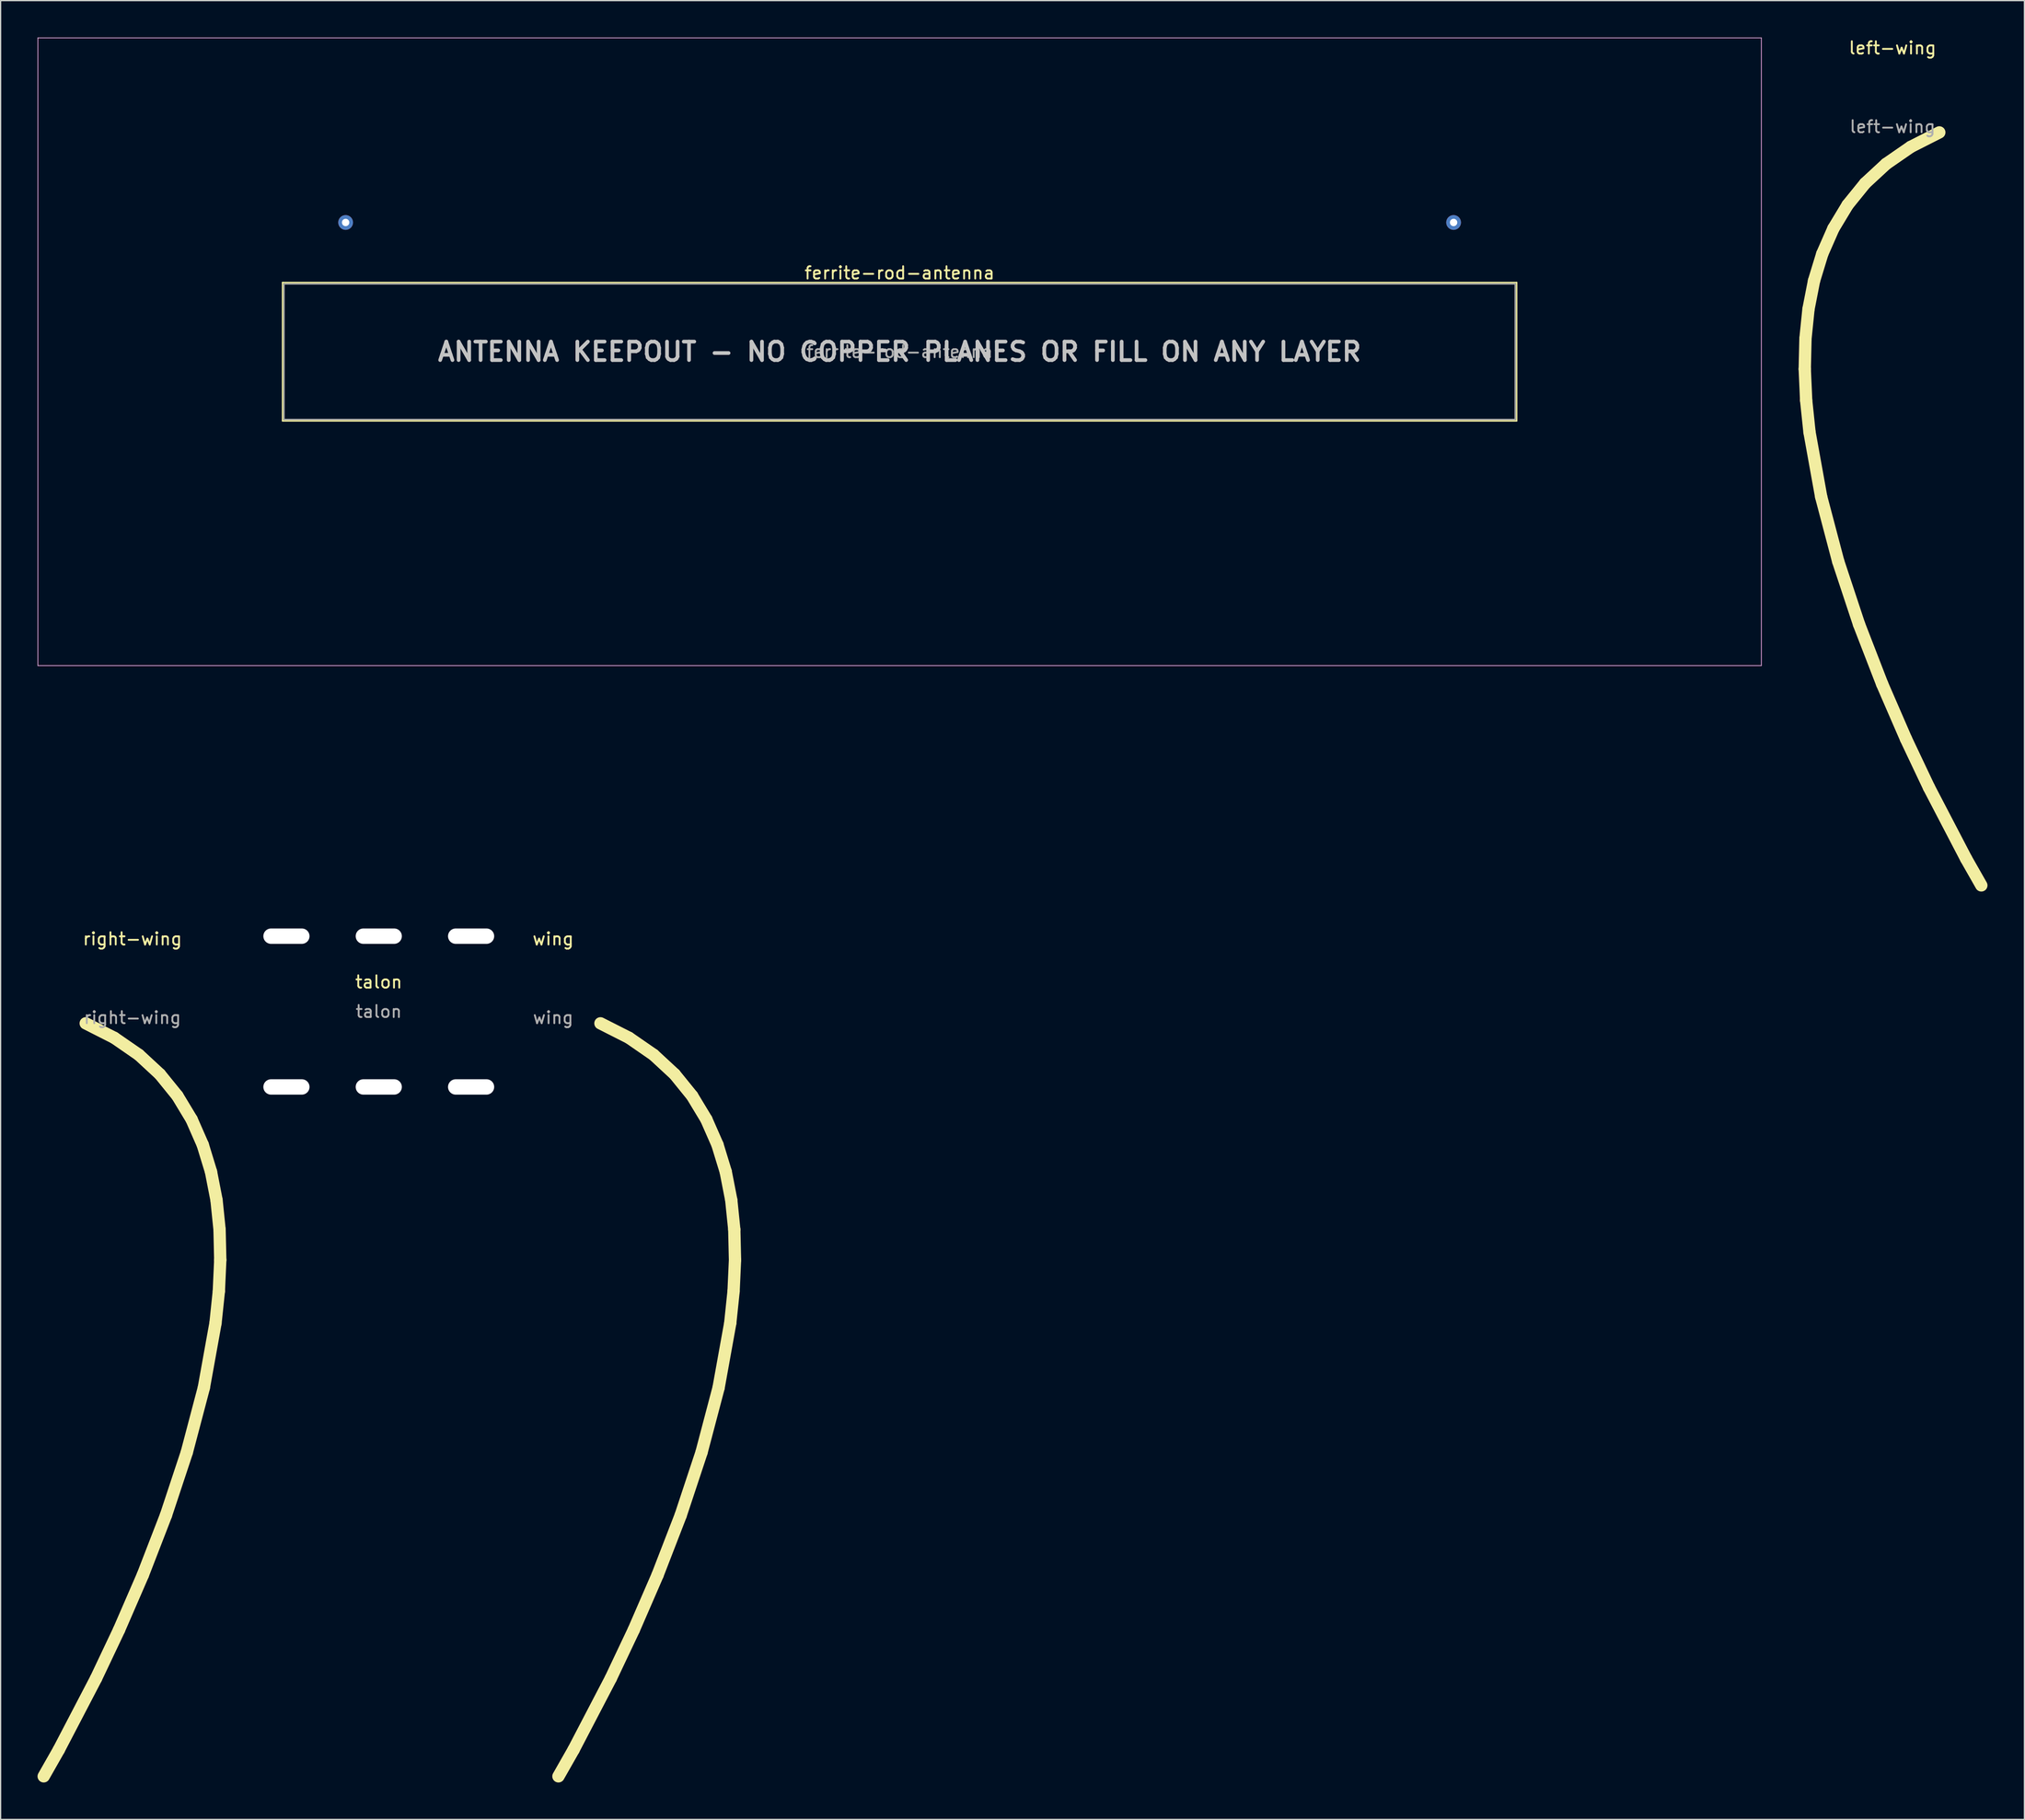
<source format=kicad_pcb>
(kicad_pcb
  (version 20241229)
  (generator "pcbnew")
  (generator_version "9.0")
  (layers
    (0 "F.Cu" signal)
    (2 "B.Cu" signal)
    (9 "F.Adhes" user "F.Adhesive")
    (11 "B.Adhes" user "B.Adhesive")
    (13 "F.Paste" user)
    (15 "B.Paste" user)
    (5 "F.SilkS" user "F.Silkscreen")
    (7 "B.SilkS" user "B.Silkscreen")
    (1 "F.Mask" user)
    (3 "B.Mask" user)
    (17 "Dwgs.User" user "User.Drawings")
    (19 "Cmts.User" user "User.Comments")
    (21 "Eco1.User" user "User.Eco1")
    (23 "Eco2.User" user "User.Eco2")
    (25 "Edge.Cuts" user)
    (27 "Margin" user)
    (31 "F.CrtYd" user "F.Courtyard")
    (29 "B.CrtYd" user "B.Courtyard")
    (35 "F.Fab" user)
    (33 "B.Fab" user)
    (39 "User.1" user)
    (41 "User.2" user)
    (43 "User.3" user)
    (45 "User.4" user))
  (footprint "talon"
    (layer "F.Cu")
    (at 27.717 79.134)
    (property "Reference" "talon" (at 0 -2.4 0) (layer "F.SilkS") (effects (font (size 1 1) (thickness 0.15))))
    (attr through_hole board_only exclude_from_pos_files exclude_from_bom allow_missing_courtyard)
    (fp_text user "${REFERENCE}" (at 0 0 0) (layer "F.Fab") (effects (font (size 0.98 0.98) (thickness 0.15))))
    (pad "" np_thru_hole oval (at -7.5 -6.125) (size 3.75 1.25) (drill oval 3.75 1.25) (layers "*.Cu" "*.Mask"))
    (pad "" np_thru_hole oval (at -7.5 6.125) (size 3.75 1.25) (drill oval 3.75 1.25) (layers "*.Cu" "*.Mask"))
    (pad "" np_thru_hole oval (at 0 -6.125) (size 3.75 1.25) (drill oval 3.75 1.25) (layers "*.Cu" "*.Mask"))
    (pad "" np_thru_hole oval (at 0 6.125) (size 3.75 1.25) (drill oval 3.75 1.25) (layers "*.Cu" "*.Mask"))
    (pad "" np_thru_hole oval (at 7.5 -6.125) (size 3.75 1.25) (drill oval 3.75 1.25) (layers "*.Cu" "*.Mask"))
    (pad "" np_thru_hole oval (at 7.5 6.125) (size 3.75 1.25) (drill oval 3.75 1.25) (layers "*.Cu" "*.Mask")))
  (footprint "ferrite-rod-antenna"
    (layer "F.Cu")
    (at 70.025 25.525)
    (property "Reference" "ferrite-rod-antenna" (at 0 -6.4 0) (layer "F.SilkS") (effects (font (size 1 1) (thickness 0.15))))
    (attr smd)
    (fp_line (start -50.12 5.62) (end -50.12 -5.62) (stroke (width 0.12) (type solid)) (layer "F.SilkS"))
    (fp_line (start 50.12 -5.62) (end -50.12 -5.62) (stroke (width 0.12) (type solid)) (layer "F.SilkS"))
    (fp_line (start 50.12 5.62) (end -50.12 5.62) (stroke (width 0.12) (type solid)) (layer "F.SilkS"))
    (fp_line (start 50.12 5.62) (end 50.12 -5.62) (stroke (width 0.12) (type solid)) (layer "F.SilkS"))
    (fp_line (start -70 -25.5) (end -70 25.5) (stroke (width 0.05) (type solid)) (layer "Dwgs.User"))
    (fp_line (start -70 25.5) (end 70 25.5) (stroke (width 0.05) (type solid)) (layer "Dwgs.User"))
    (fp_line (start 70 -25.5) (end -70 -25.5) (stroke (width 0.05) (type solid)) (layer "Dwgs.User"))
    (fp_line (start 70 25.5) (end 70 -25.5) (stroke (width 0.05) (type solid)) (layer "Dwgs.User"))
    (fp_line (start -70 -25.5) (end -70 25.5) (stroke (width 0.05) (type solid)) (layer "F.CrtYd"))
    (fp_line (start -70 25.5) (end 70 25.5) (stroke (width 0.05) (type solid)) (layer "F.CrtYd"))
    (fp_line (start 70 -25.5) (end -70 -25.5) (stroke (width 0.05) (type solid)) (layer "F.CrtYd"))
    (fp_line (start 70 25.5) (end 70 -25.5) (stroke (width 0.05) (type solid)) (layer "F.CrtYd"))
    (fp_line (start -50 -5.5) (end 50 -5.5) (stroke (width 0.1) (type solid)) (layer "F.Fab"))
    (fp_line (start -50 5.5) (end -50 -5.5) (stroke (width 0.1) (type solid)) (layer "F.Fab"))
    (fp_line (start -50 5.5) (end 50 5.5) (stroke (width 0.1) (type solid)) (layer "F.Fab"))
    (fp_line (start 50 5.5) (end 50 -5.5) (stroke (width 0.1) (type solid)) (layer "F.Fab"))
    (fp_text user "ANTENNA KEEPOUT - NO COPPER PLANES OR FILL ON ANY LAYER" (at 0 0 0) (unlocked yes) (layer "Dwgs.User") (effects (font (size 1.5 1.5) (thickness 0.3) (bold yes))))
    (fp_text user "${REFERENCE}" (at 0 0 0) (layer "F.Fab") (effects (font (size 0.98 0.98) (thickness 0.15))))
    (pad "1" thru_hole circle (at -45 -10.5) (size 1.2 1.2) (drill 0.6) (layers "*.Cu" "*.Mask") (remove_unused_layers yes) (keep_end_layers yes) (zone_layer_connections))
    (pad "2" thru_hole circle (at 45 -10.5) (size 1.2 1.2) (drill 0.6) (layers "*.Cu" "*.Mask") (remove_unused_layers yes) (keep_end_layers yes) (zone_layer_connections)))
  (footprint "wing"
    (layer "F.Cu")
    (at 41.883 79.632)
    (property "Reference" "wing" (at 0 -6.4 0) (layer "F.SilkS") (effects (font (size 1 1) (thickness 0.15))))
    (attr smd board_only exclude_from_pos_files exclude_from_bom)
    (fp_line (start 1.66 59.473) (end 0.429 61.636) (stroke (width 1) (type solid)) (layer "F.SilkS"))
    (fp_line (start 3.842 0.459) (end 6.16 1.635) (stroke (width 1) (type solid)) (layer "F.SilkS"))
    (fp_line (start 4.682 53.676) (end 1.66 59.473) (stroke (width 1) (type solid)) (layer "F.SilkS"))
    (fp_line (start 6.16 1.635) (end 8.163 3.02) (stroke (width 1) (type solid)) (layer "F.SilkS"))
    (fp_line (start 6.548 49.736) (end 4.682 53.676) (stroke (width 1) (type solid)) (layer "F.SilkS"))
    (fp_line (start 8.163 3.02) (end 9.867 4.597) (stroke (width 1) (type solid)) (layer "F.SilkS"))
    (fp_line (start 8.483 45.276) (end 6.548 49.736) (stroke (width 1) (type solid)) (layer "F.SilkS"))
    (fp_line (start 9.867 4.597) (end 11.289 6.352) (stroke (width 1) (type solid)) (layer "F.SilkS"))
    (fp_line (start 10.36 40.425) (end 8.483 45.276) (stroke (width 1) (type solid)) (layer "F.SilkS"))
    (fp_line (start 11.289 6.352) (end 12.445 8.267) (stroke (width 1) (type solid)) (layer "F.SilkS"))
    (fp_line (start 12.054 35.31) (end 10.36 40.425) (stroke (width 1) (type solid)) (layer "F.SilkS"))
    (fp_line (start 12.445 8.267) (end 13.349 10.326) (stroke (width 1) (type solid)) (layer "F.SilkS"))
    (fp_line (start 13.349 10.326) (end 14.018 12.514) (stroke (width 1) (type solid)) (layer "F.SilkS"))
    (fp_line (start 13.438 30.063) (end 12.054 35.31) (stroke (width 1) (type solid)) (layer "F.SilkS"))
    (fp_line (start 14.018 12.514) (end 14.467 14.814) (stroke (width 1) (type solid)) (layer "F.SilkS"))
    (fp_line (start 14.385 24.811) (end 13.438 30.063) (stroke (width 1) (type solid)) (layer "F.SilkS"))
    (fp_line (start 14.467 14.814) (end 14.713 17.209) (stroke (width 1) (type solid)) (layer "F.SilkS"))
    (fp_line (start 14.656 22.224) (end 14.385 24.811) (stroke (width 1) (type solid)) (layer "F.SilkS"))
    (fp_line (start 14.713 17.209) (end 14.771 19.685) (stroke (width 1) (type solid)) (layer "F.SilkS"))
    (fp_line (start 14.771 19.685) (end 14.656 22.224) (stroke (width 1) (type solid)) (layer "F.SilkS"))
    (fp_text user "${REFERENCE}" (at 0 0 0) (layer "F.Fab") (effects (font (size 0.98 0.98) (thickness 0.15)))))
  (footprint "right-wing"
    (layer "F.Cu")
    (at 7.708 79.632)
    (property "Reference" "right-wing" (at 0 -6.4 0) (layer "F.SilkS") (effects (font (size 1 1) (thickness 0.15))))
    (attr smd board_only exclude_from_pos_files exclude_from_bom)
    (fp_line (start -5.977 59.473) (end -7.208 61.636) (stroke (width 1) (type solid)) (layer "F.SilkS"))
    (fp_line (start -3.795 0.459) (end -1.477 1.635) (stroke (width 1) (type solid)) (layer "F.SilkS"))
    (fp_line (start -2.955 53.676) (end -5.977 59.473) (stroke (width 1) (type solid)) (layer "F.SilkS"))
    (fp_line (start -1.477 1.635) (end 0.526 3.02) (stroke (width 1) (type solid)) (layer "F.SilkS"))
    (fp_line (start -1.089 49.736) (end -2.955 53.676) (stroke (width 1) (type solid)) (layer "F.SilkS"))
    (fp_line (start 0.526 3.02) (end 2.23 4.597) (stroke (width 1) (type solid)) (layer "F.SilkS"))
    (fp_line (start 0.846 45.276) (end -1.089 49.736) (stroke (width 1) (type solid)) (layer "F.SilkS"))
    (fp_line (start 2.23 4.597) (end 3.652 6.352) (stroke (width 1) (type solid)) (layer "F.SilkS"))
    (fp_line (start 2.723 40.425) (end 0.846 45.276) (stroke (width 1) (type solid)) (layer "F.SilkS"))
    (fp_line (start 3.652 6.352) (end 4.808 8.267) (stroke (width 1) (type solid)) (layer "F.SilkS"))
    (fp_line (start 4.417 35.31) (end 2.723 40.425) (stroke (width 1) (type solid)) (layer "F.SilkS"))
    (fp_line (start 4.808 8.267) (end 5.712 10.326) (stroke (width 1) (type solid)) (layer "F.SilkS"))
    (fp_line (start 5.712 10.326) (end 6.381 12.514) (stroke (width 1) (type solid)) (layer "F.SilkS"))
    (fp_line (start 5.801 30.063) (end 4.417 35.31) (stroke (width 1) (type solid)) (layer "F.SilkS"))
    (fp_line (start 6.381 12.514) (end 6.83 14.814) (stroke (width 1) (type solid)) (layer "F.SilkS"))
    (fp_line (start 6.748 24.811) (end 5.801 30.063) (stroke (width 1) (type solid)) (layer "F.SilkS"))
    (fp_line (start 6.83 14.814) (end 7.076 17.209) (stroke (width 1) (type solid)) (layer "F.SilkS"))
    (fp_line (start 7.019 22.224) (end 6.748 24.811) (stroke (width 1) (type solid)) (layer "F.SilkS"))
    (fp_line (start 7.076 17.209) (end 7.134 19.685) (stroke (width 1) (type solid)) (layer "F.SilkS"))
    (fp_line (start 7.134 19.685) (end 7.019 22.224) (stroke (width 1) (type solid)) (layer "F.SilkS"))
    (fp_text user "${REFERENCE}" (at 0 0 0) (layer "F.Fab") (effects (font (size 0.98 0.98) (thickness 0.15)))))
  (footprint "left-wing"
    (layer "F.Cu")
    (at 150.683 7.248)
    (property "Reference" "left-wing" (at 0 -6.4 0) (layer "F.SilkS") (effects (font (size 1 1) (thickness 0.15))))
    (attr smd board_only exclude_from_pos_files exclude_from_bom allow_missing_courtyard)
    (fp_line (start -7.133 19.685) (end -7.019 22.224) (stroke (width 1) (type solid)) (layer "F.SilkS"))
    (fp_line (start -7.075 17.209) (end -7.133 19.685) (stroke (width 1) (type solid)) (layer "F.SilkS"))
    (fp_line (start -7.019 22.224) (end -6.748 24.811) (stroke (width 1) (type solid)) (layer "F.SilkS"))
    (fp_line (start -6.83 14.814) (end -7.075 17.209) (stroke (width 1) (type solid)) (layer "F.SilkS"))
    (fp_line (start -6.748 24.811) (end -5.8 30.063) (stroke (width 1) (type solid)) (layer "F.SilkS"))
    (fp_line (start -6.38 12.514) (end -6.83 14.814) (stroke (width 1) (type solid)) (layer "F.SilkS"))
    (fp_line (start -5.8 30.063) (end -4.416 35.31) (stroke (width 1) (type solid)) (layer "F.SilkS"))
    (fp_line (start -5.711 10.326) (end -6.38 12.514) (stroke (width 1) (type solid)) (layer "F.SilkS"))
    (fp_line (start -4.807 8.267) (end -5.711 10.326) (stroke (width 1) (type solid)) (layer "F.SilkS"))
    (fp_line (start -4.416 35.31) (end -2.723 40.425) (stroke (width 1) (type solid)) (layer "F.SilkS"))
    (fp_line (start -3.652 6.352) (end -4.807 8.267) (stroke (width 1) (type solid)) (layer "F.SilkS"))
    (fp_line (start -2.723 40.425) (end -0.845 45.276) (stroke (width 1) (type solid)) (layer "F.SilkS"))
    (fp_line (start -2.23 4.597) (end -3.652 6.352) (stroke (width 1) (type solid)) (layer "F.SilkS"))
    (fp_line (start -0.845 45.276) (end 1.09 49.736) (stroke (width 1) (type solid)) (layer "F.SilkS"))
    (fp_line (start -0.525 3.02) (end -2.23 4.597) (stroke (width 1) (type solid)) (layer "F.SilkS"))
    (fp_line (start 1.09 49.736) (end 2.956 53.676) (stroke (width 1) (type solid)) (layer "F.SilkS"))
    (fp_line (start 1.478 1.635) (end -0.525 3.02) (stroke (width 1) (type solid)) (layer "F.SilkS"))
    (fp_line (start 2.956 53.676) (end 5.977 59.473) (stroke (width 1) (type solid)) (layer "F.SilkS"))
    (fp_line (start 3.795 0.459) (end 1.478 1.635) (stroke (width 1) (type solid)) (layer "F.SilkS"))
    (fp_line (start 5.977 59.473) (end 7.209 61.636) (stroke (width 1) (type solid)) (layer "F.SilkS"))
    (fp_text user "${REFERENCE}" (at 0 0 0) (layer "F.Fab") (effects (font (size 0.98 0.98) (thickness 0.15)))))
  (gr_rect
    (start -3 -3)
    (end 161.392 144.768)
    (stroke (width 0.1) (type default))
    (fill no)
    (layer "Edge.Cuts")))
</source>
